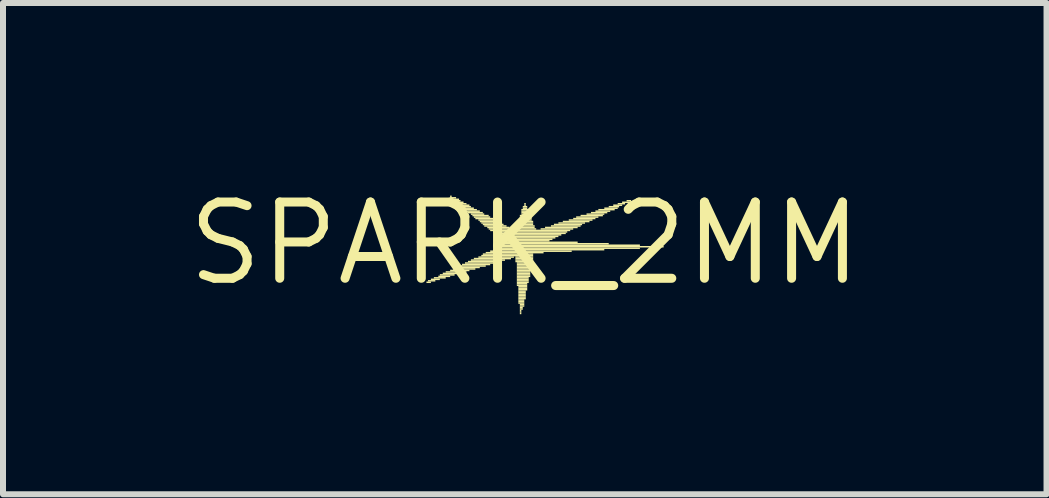
<source format=kicad_pcb>
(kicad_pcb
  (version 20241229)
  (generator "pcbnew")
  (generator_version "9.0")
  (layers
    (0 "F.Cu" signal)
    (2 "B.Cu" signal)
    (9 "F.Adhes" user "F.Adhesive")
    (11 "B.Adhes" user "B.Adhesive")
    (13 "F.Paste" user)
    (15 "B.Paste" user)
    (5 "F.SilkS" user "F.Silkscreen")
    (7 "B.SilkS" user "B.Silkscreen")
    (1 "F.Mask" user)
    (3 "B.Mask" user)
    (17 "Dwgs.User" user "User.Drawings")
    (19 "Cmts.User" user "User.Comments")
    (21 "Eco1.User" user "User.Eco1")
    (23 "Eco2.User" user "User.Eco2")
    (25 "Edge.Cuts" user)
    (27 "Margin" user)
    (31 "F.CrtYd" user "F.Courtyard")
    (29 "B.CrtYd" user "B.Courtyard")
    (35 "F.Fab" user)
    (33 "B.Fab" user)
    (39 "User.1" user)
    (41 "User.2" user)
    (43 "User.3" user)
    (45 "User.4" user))
  (footprint "SPARK_2MM"
    (layer "F.Cu")
    (at 5.692 1.006)
    (property "Reference" "SPARK_2MM" (at 0 0 0) (layer "F.SilkS") (effects (font (size 1.27 1.27) (thickness 0.15))))
    (attr through_hole)
    (fp_poly (pts (xy -1.638 0.659) (xy -1.564 0.659) (xy -1.564 0.634) (xy -1.638 0.634)) (stroke (width 0) (type solid)) (fill yes) (layer "F.SilkS"))
    (fp_poly (pts (xy -1.613 0.634) (xy -1.49 0.634) (xy -1.49 0.61) (xy -1.613 0.61)) (stroke (width 0) (type solid)) (fill yes) (layer "F.SilkS"))
    (fp_poly (pts (xy -1.564 0.61) (xy -1.415 0.61) (xy -1.415 0.585) (xy -1.564 0.585)) (stroke (width 0) (type solid)) (fill yes) (layer "F.SilkS"))
    (fp_poly (pts (xy -1.514 0.585) (xy -1.317 0.585) (xy -1.317 0.56) (xy -1.514 0.56)) (stroke (width 0) (type solid)) (fill yes) (layer "F.SilkS"))
    (fp_poly (pts (xy -1.44 0.56) (xy -1.243 0.56) (xy -1.243 0.536) (xy -1.44 0.536)) (stroke (width 0) (type solid)) (fill yes) (layer "F.SilkS"))
    (fp_poly (pts (xy -1.415 0.536) (xy -1.169 0.536) (xy -1.169 0.511) (xy -1.415 0.511)) (stroke (width 0) (type solid)) (fill yes) (layer "F.SilkS"))
    (fp_poly (pts (xy -1.366 0.511) (xy -1.094 0.511) (xy -1.094 0.486) (xy -1.366 0.486)) (stroke (width 0) (type solid)) (fill yes) (layer "F.SilkS"))
    (fp_poly (pts (xy -1.317 0.486) (xy -0.971 0.486) (xy -0.971 0.462) (xy -1.317 0.462)) (stroke (width 0) (type solid)) (fill yes) (layer "F.SilkS"))
    (fp_poly (pts (xy -1.243 -0.773) (xy -1.218 -0.773) (xy -1.218 -0.798) (xy -1.243 -0.798)) (stroke (width 0) (type solid)) (fill yes) (layer "F.SilkS"))
    (fp_poly (pts (xy -1.243 -0.748) (xy -1.144 -0.748) (xy -1.144 -0.773) (xy -1.243 -0.773)) (stroke (width 0) (type solid)) (fill yes) (layer "F.SilkS"))
    (fp_poly (pts (xy -1.243 0.462) (xy -0.922 0.462) (xy -0.922 0.437) (xy -1.243 0.437)) (stroke (width 0) (type solid)) (fill yes) (layer "F.SilkS"))
    (fp_poly (pts (xy -1.193 -0.724) (xy -1.094 -0.724) (xy -1.094 -0.748) (xy -1.193 -0.748)) (stroke (width 0) (type solid)) (fill yes) (layer "F.SilkS"))
    (fp_poly (pts (xy -1.193 0.437) (xy -0.823 0.437) (xy -0.823 0.412) (xy -1.193 0.412)) (stroke (width 0) (type solid)) (fill yes) (layer "F.SilkS"))
    (fp_poly (pts (xy -1.169 -0.699) (xy -1.07 -0.699) (xy -1.07 -0.724) (xy -1.169 -0.724)) (stroke (width 0) (type solid)) (fill yes) (layer "F.SilkS"))
    (fp_poly (pts (xy -1.169 0.412) (xy -0.749 0.412) (xy -0.749 0.388) (xy -1.169 0.388)) (stroke (width 0) (type solid)) (fill yes) (layer "F.SilkS"))
    (fp_poly (pts (xy -1.144 -0.674) (xy -1.02 -0.674) (xy -1.02 -0.699) (xy -1.144 -0.699)) (stroke (width 0) (type solid)) (fill yes) (layer "F.SilkS"))
    (fp_poly (pts (xy -1.119 0.388) (xy -0.65 0.388) (xy -0.65 0.363) (xy -1.119 0.363)) (stroke (width 0) (type solid)) (fill yes) (layer "F.SilkS"))
    (fp_poly (pts (xy -1.094 -0.65) (xy -0.971 -0.65) (xy -0.971 -0.674) (xy -1.094 -0.674)) (stroke (width 0) (type solid)) (fill yes) (layer "F.SilkS"))
    (fp_poly (pts (xy -1.094 -0.625) (xy -0.922 -0.625) (xy -0.922 -0.65) (xy -1.094 -0.65)) (stroke (width 0) (type solid)) (fill yes) (layer "F.SilkS"))
    (fp_poly (pts (xy -1.07 -0.6) (xy -0.897 -0.6) (xy -0.897 -0.625) (xy -1.07 -0.625)) (stroke (width 0) (type solid)) (fill yes) (layer "F.SilkS"))
    (fp_poly (pts (xy -1.045 0.363) (xy -0.576 0.363) (xy -0.576 0.338) (xy -1.045 0.338)) (stroke (width 0) (type solid)) (fill yes) (layer "F.SilkS"))
    (fp_poly (pts (xy -1.02 -0.575) (xy -0.848 -0.575) (xy -0.848 -0.6) (xy -1.02 -0.6)) (stroke (width 0) (type solid)) (fill yes) (layer "F.SilkS"))
    (fp_poly (pts (xy -0.996 -0.551) (xy -0.798 -0.551) (xy -0.798 -0.575) (xy -0.996 -0.575)) (stroke (width 0) (type solid)) (fill yes) (layer "F.SilkS"))
    (fp_poly (pts (xy -0.996 0.338) (xy -0.502 0.338) (xy -0.502 0.313) (xy -0.996 0.313)) (stroke (width 0) (type solid)) (fill yes) (layer "F.SilkS"))
    (fp_poly (pts (xy -0.971 -0.526) (xy -0.749 -0.526) (xy -0.749 -0.551) (xy -0.971 -0.551)) (stroke (width 0) (type solid)) (fill yes) (layer "F.SilkS"))
    (fp_poly (pts (xy -0.946 -0.501) (xy -0.699 -0.501) (xy -0.699 -0.526) (xy -0.946 -0.526)) (stroke (width 0) (type solid)) (fill yes) (layer "F.SilkS"))
    (fp_poly (pts (xy -0.946 0.313) (xy -0.428 0.313) (xy -0.428 0.289) (xy -0.946 0.289)) (stroke (width 0) (type solid)) (fill yes) (layer "F.SilkS"))
    (fp_poly (pts (xy -0.897 -0.477) (xy -0.675 -0.477) (xy -0.675 -0.501) (xy -0.897 -0.501)) (stroke (width 0) (type solid)) (fill yes) (layer "F.SilkS"))
    (fp_poly (pts (xy -0.897 0.289) (xy -0.329 0.289) (xy -0.329 0.264) (xy -0.897 0.264)) (stroke (width 0) (type solid)) (fill yes) (layer "F.SilkS"))
    (fp_poly (pts (xy -0.872 -0.452) (xy -0.601 -0.452) (xy -0.601 -0.477) (xy -0.872 -0.477)) (stroke (width 0) (type solid)) (fill yes) (layer "F.SilkS"))
    (fp_poly (pts (xy -0.848 -0.427) (xy -0.576 -0.427) (xy -0.576 -0.452) (xy -0.848 -0.452)) (stroke (width 0) (type solid)) (fill yes) (layer "F.SilkS"))
    (fp_poly (pts (xy -0.848 0.264) (xy -0.23 0.264) (xy -0.23 0.239) (xy -0.848 0.239)) (stroke (width 0) (type solid)) (fill yes) (layer "F.SilkS"))
    (fp_poly (pts (xy -0.823 -0.403) (xy -0.526 -0.403) (xy -0.526 -0.427) (xy -0.823 -0.427)) (stroke (width 0) (type solid)) (fill yes) (layer "F.SilkS"))
    (fp_poly (pts (xy -0.773 -0.378) (xy -0.477 -0.378) (xy -0.477 -0.403) (xy -0.773 -0.403)) (stroke (width 0) (type solid)) (fill yes) (layer "F.SilkS"))
    (fp_poly (pts (xy -0.773 0.239) (xy -0.181 0.239) (xy -0.181 0.215) (xy -0.773 0.215)) (stroke (width 0) (type solid)) (fill yes) (layer "F.SilkS"))
    (fp_poly (pts (xy -0.749 -0.353) (xy -0.428 -0.353) (xy -0.428 -0.378) (xy -0.749 -0.378)) (stroke (width 0) (type solid)) (fill yes) (layer "F.SilkS"))
    (fp_poly (pts (xy -0.724 -0.329) (xy -0.378 -0.329) (xy -0.378 -0.353) (xy -0.724 -0.353)) (stroke (width 0) (type solid)) (fill yes) (layer "F.SilkS"))
    (fp_poly (pts (xy -0.724 0.215) (xy 0.14 0.215) (xy 0.14 0.19) (xy -0.724 0.19)) (stroke (width 0) (type solid)) (fill yes) (layer "F.SilkS"))
    (fp_poly (pts (xy -0.699 -0.304) (xy -0.354 -0.304) (xy -0.354 -0.329) (xy -0.699 -0.329)) (stroke (width 0) (type solid)) (fill yes) (layer "F.SilkS"))
    (fp_poly (pts (xy -0.699 0.19) (xy 0.14 0.19) (xy 0.14 0.165) (xy -0.699 0.165)) (stroke (width 0) (type solid)) (fill yes) (layer "F.SilkS"))
    (fp_poly (pts (xy -0.675 -0.279) (xy -0.304 -0.279) (xy -0.304 -0.304) (xy -0.675 -0.304)) (stroke (width 0) (type solid)) (fill yes) (layer "F.SilkS"))
    (fp_poly (pts (xy -0.65 0.165) (xy 0.313 0.165) (xy 0.313 0.141) (xy -0.65 0.141)) (stroke (width 0) (type solid)) (fill yes) (layer "F.SilkS"))
    (fp_poly (pts (xy -0.625 -0.254) (xy -0.255 -0.254) (xy -0.255 -0.279) (xy -0.625 -0.279)) (stroke (width 0) (type solid)) (fill yes) (layer "F.SilkS"))
    (fp_poly (pts (xy -0.601 -0.23) (xy -0.206 -0.23) (xy -0.206 -0.254) (xy -0.601 -0.254)) (stroke (width 0) (type solid)) (fill yes) (layer "F.SilkS"))
    (fp_poly (pts (xy -0.576 -0.205) (xy -0.181 -0.205) (xy -0.181 -0.23) (xy -0.576 -0.23)) (stroke (width 0) (type solid)) (fill yes) (layer "F.SilkS"))
    (fp_poly (pts (xy -0.576 0.141) (xy 0.782 0.141) (xy 0.782 0.116) (xy -0.576 0.116)) (stroke (width 0) (type solid)) (fill yes) (layer "F.SilkS"))
    (fp_poly (pts (xy -0.526 -0.18) (xy 0.708 -0.18) (xy 0.708 -0.205) (xy -0.526 -0.205)) (stroke (width 0) (type solid)) (fill yes) (layer "F.SilkS"))
    (fp_poly (pts (xy -0.526 0.116) (xy 1.325 0.116) (xy 1.325 0.091) (xy -0.526 0.091)) (stroke (width 0) (type solid)) (fill yes) (layer "F.SilkS"))
    (fp_poly (pts (xy -0.502 -0.156) (xy 0.683 -0.156) (xy 0.683 -0.18) (xy -0.502 -0.18)) (stroke (width 0) (type solid)) (fill yes) (layer "F.SilkS"))
    (fp_poly (pts (xy -0.502 -0.131) (xy 0.609 -0.131) (xy 0.609 -0.156) (xy -0.502 -0.156)) (stroke (width 0) (type solid)) (fill yes) (layer "F.SilkS"))
    (fp_poly (pts (xy -0.502 0.091) (xy 1.918 0.091) (xy 1.918 0.067) (xy -0.502 0.067)) (stroke (width 0) (type solid)) (fill yes) (layer "F.SilkS"))
    (fp_poly (pts (xy -0.453 -0.106) (xy 0.56 -0.106) (xy 0.56 -0.131) (xy -0.453 -0.131)) (stroke (width 0) (type solid)) (fill yes) (layer "F.SilkS"))
    (fp_poly (pts (xy -0.453 0.067) (xy 2.313 0.067) (xy 2.313 0.042) (xy -0.453 0.042)) (stroke (width 0) (type solid)) (fill yes) (layer "F.SilkS"))
    (fp_poly (pts (xy -0.428 -0.082) (xy 0.51 -0.082) (xy 0.51 -0.106) (xy -0.428 -0.106)) (stroke (width 0) (type solid)) (fill yes) (layer "F.SilkS"))
    (fp_poly (pts (xy -0.378 -0.057) (xy 0.461 -0.057) (xy 0.461 -0.082) (xy -0.378 -0.082)) (stroke (width 0) (type solid)) (fill yes) (layer "F.SilkS"))
    (fp_poly (pts (xy -0.378 -0.032) (xy 0.412 -0.032) (xy 0.412 -0.057) (xy -0.378 -0.057)) (stroke (width 0) (type solid)) (fill yes) (layer "F.SilkS"))
    (fp_poly (pts (xy -0.378 0.042) (xy 1.918 0.042) (xy 1.918 0.017) (xy -0.378 0.017)) (stroke (width 0) (type solid)) (fill yes) (layer "F.SilkS"))
    (fp_poly (pts (xy -0.329 -0.008) (xy 0.881 -0.008) (xy 0.881 -0.032) (xy -0.329 -0.032)) (stroke (width 0) (type solid)) (fill yes) (layer "F.SilkS"))
    (fp_poly (pts (xy -0.329 0.017) (xy 1.399 0.017) (xy 1.399 -0.008) (xy -0.329 -0.008)) (stroke (width 0) (type solid)) (fill yes) (layer "F.SilkS"))
    (fp_poly (pts (xy -0.156 -0.205) (xy 0.757 -0.205) (xy 0.757 -0.23) (xy -0.156 -0.23)) (stroke (width 0) (type solid)) (fill yes) (layer "F.SilkS"))
    (fp_poly (pts (xy -0.156 0.239) (xy 0.14 0.239) (xy 0.14 0.215) (xy -0.156 0.215)) (stroke (width 0) (type solid)) (fill yes) (layer "F.SilkS"))
    (fp_poly (pts (xy -0.156 0.264) (xy 0.14 0.264) (xy 0.14 0.239) (xy -0.156 0.239)) (stroke (width 0) (type solid)) (fill yes) (layer "F.SilkS"))
    (fp_poly (pts (xy -0.156 0.289) (xy 0.14 0.289) (xy 0.14 0.264) (xy -0.156 0.264)) (stroke (width 0) (type solid)) (fill yes) (layer "F.SilkS"))
    (fp_poly (pts (xy -0.156 0.313) (xy 0.14 0.313) (xy 0.14 0.289) (xy -0.156 0.289)) (stroke (width 0) (type solid)) (fill yes) (layer "F.SilkS"))
    (fp_poly (pts (xy -0.132 -0.329) (xy 0.14 -0.329) (xy 0.14 -0.353) (xy -0.132 -0.353)) (stroke (width 0) (type solid)) (fill yes) (layer "F.SilkS"))
    (fp_poly (pts (xy -0.132 -0.304) (xy 0.14 -0.304) (xy 0.14 -0.329) (xy -0.132 -0.329)) (stroke (width 0) (type solid)) (fill yes) (layer "F.SilkS"))
    (fp_poly (pts (xy -0.132 -0.279) (xy 0.165 -0.279) (xy 0.165 -0.304) (xy -0.132 -0.304)) (stroke (width 0) (type solid)) (fill yes) (layer "F.SilkS"))
    (fp_poly (pts (xy -0.132 -0.254) (xy 0.165 -0.254) (xy 0.165 -0.279) (xy -0.132 -0.279)) (stroke (width 0) (type solid)) (fill yes) (layer "F.SilkS"))
    (fp_poly (pts (xy -0.132 -0.23) (xy 0.19 -0.23) (xy 0.19 -0.254) (xy -0.132 -0.254)) (stroke (width 0) (type solid)) (fill yes) (layer "F.SilkS"))
    (fp_poly (pts (xy -0.132 0.338) (xy 0.14 0.338) (xy 0.14 0.313) (xy -0.132 0.313)) (stroke (width 0) (type solid)) (fill yes) (layer "F.SilkS"))
    (fp_poly (pts (xy -0.132 0.363) (xy 0.115 0.363) (xy 0.115 0.338) (xy -0.132 0.338)) (stroke (width 0) (type solid)) (fill yes) (layer "F.SilkS"))
    (fp_poly (pts (xy -0.132 0.388) (xy 0.115 0.388) (xy 0.115 0.363) (xy -0.132 0.363)) (stroke (width 0) (type solid)) (fill yes) (layer "F.SilkS"))
    (fp_poly (pts (xy -0.132 0.412) (xy 0.115 0.412) (xy 0.115 0.388) (xy -0.132 0.388)) (stroke (width 0) (type solid)) (fill yes) (layer "F.SilkS"))
    (fp_poly (pts (xy -0.132 0.437) (xy 0.115 0.437) (xy 0.115 0.412) (xy -0.132 0.412)) (stroke (width 0) (type solid)) (fill yes) (layer "F.SilkS"))
    (fp_poly (pts (xy -0.132 0.462) (xy 0.091 0.462) (xy 0.091 0.437) (xy -0.132 0.437)) (stroke (width 0) (type solid)) (fill yes) (layer "F.SilkS"))
    (fp_poly (pts (xy -0.132 0.486) (xy 0.091 0.486) (xy 0.091 0.462) (xy -0.132 0.462)) (stroke (width 0) (type solid)) (fill yes) (layer "F.SilkS"))
    (fp_poly (pts (xy -0.132 0.511) (xy 0.091 0.511) (xy 0.091 0.486) (xy -0.132 0.486)) (stroke (width 0) (type solid)) (fill yes) (layer "F.SilkS"))
    (fp_poly (pts (xy -0.132 0.536) (xy 0.091 0.536) (xy 0.091 0.511) (xy -0.132 0.511)) (stroke (width 0) (type solid)) (fill yes) (layer "F.SilkS"))
    (fp_poly (pts (xy -0.132 0.56) (xy 0.091 0.56) (xy 0.091 0.536) (xy -0.132 0.536)) (stroke (width 0) (type solid)) (fill yes) (layer "F.SilkS"))
    (fp_poly (pts (xy -0.132 0.585) (xy 0.066 0.585) (xy 0.066 0.56) (xy -0.132 0.56)) (stroke (width 0) (type solid)) (fill yes) (layer "F.SilkS"))
    (fp_poly (pts (xy -0.132 0.61) (xy 0.066 0.61) (xy 0.066 0.585) (xy -0.132 0.585)) (stroke (width 0) (type solid)) (fill yes) (layer "F.SilkS"))
    (fp_poly (pts (xy -0.132 0.634) (xy 0.066 0.634) (xy 0.066 0.61) (xy -0.132 0.61)) (stroke (width 0) (type solid)) (fill yes) (layer "F.SilkS"))
    (fp_poly (pts (xy -0.132 0.659) (xy 0.066 0.659) (xy 0.066 0.634) (xy -0.132 0.634)) (stroke (width 0) (type solid)) (fill yes) (layer "F.SilkS"))
    (fp_poly (pts (xy -0.132 0.684) (xy 0.041 0.684) (xy 0.041 0.659) (xy -0.132 0.659)) (stroke (width 0) (type solid)) (fill yes) (layer "F.SilkS"))
    (fp_poly (pts (xy -0.132 0.709) (xy 0.041 0.709) (xy 0.041 0.684) (xy -0.132 0.684)) (stroke (width 0) (type solid)) (fill yes) (layer "F.SilkS"))
    (fp_poly (pts (xy -0.107 -0.378) (xy 0.115 -0.378) (xy 0.115 -0.403) (xy -0.107 -0.403)) (stroke (width 0) (type solid)) (fill yes) (layer "F.SilkS"))
    (fp_poly (pts (xy -0.107 -0.353) (xy 0.14 -0.353) (xy 0.14 -0.378) (xy -0.107 -0.378)) (stroke (width 0) (type solid)) (fill yes) (layer "F.SilkS"))
    (fp_poly (pts (xy -0.107 0.733) (xy 0.041 0.733) (xy 0.041 0.709) (xy -0.107 0.709)) (stroke (width 0) (type solid)) (fill yes) (layer "F.SilkS"))
    (fp_poly (pts (xy -0.107 0.758) (xy 0.041 0.758) (xy 0.041 0.733) (xy -0.107 0.733)) (stroke (width 0) (type solid)) (fill yes) (layer "F.SilkS"))
    (fp_poly (pts (xy -0.107 0.783) (xy 0.041 0.783) (xy 0.041 0.758) (xy -0.107 0.758)) (stroke (width 0) (type solid)) (fill yes) (layer "F.SilkS"))
    (fp_poly (pts (xy -0.107 0.807) (xy 0.017 0.807) (xy 0.017 0.783) (xy -0.107 0.783)) (stroke (width 0) (type solid)) (fill yes) (layer "F.SilkS"))
    (fp_poly (pts (xy -0.107 0.832) (xy 0.017 0.832) (xy 0.017 0.807) (xy -0.107 0.807)) (stroke (width 0) (type solid)) (fill yes) (layer "F.SilkS"))
    (fp_poly (pts (xy -0.107 0.857) (xy 0.017 0.857) (xy 0.017 0.832) (xy -0.107 0.832)) (stroke (width 0) (type solid)) (fill yes) (layer "F.SilkS"))
    (fp_poly (pts (xy -0.107 0.881) (xy 0.017 0.881) (xy 0.017 0.857) (xy -0.107 0.857)) (stroke (width 0) (type solid)) (fill yes) (layer "F.SilkS"))
    (fp_poly (pts (xy -0.107 0.906) (xy 0.017 0.906) (xy 0.017 0.881) (xy -0.107 0.881)) (stroke (width 0) (type solid)) (fill yes) (layer "F.SilkS"))
    (fp_poly (pts (xy -0.107 0.931) (xy 0.017 0.931) (xy 0.017 0.906) (xy -0.107 0.906)) (stroke (width 0) (type solid)) (fill yes) (layer "F.SilkS"))
    (fp_poly (pts (xy -0.107 0.955) (xy -0.008 0.955) (xy -0.008 0.931) (xy -0.107 0.931)) (stroke (width 0) (type solid)) (fill yes) (layer "F.SilkS"))
    (fp_poly (pts (xy -0.107 0.98) (xy -0.008 0.98) (xy -0.008 0.955) (xy -0.107 0.955)) (stroke (width 0) (type solid)) (fill yes) (layer "F.SilkS"))
    (fp_poly (pts (xy -0.107 1.005) (xy -0.008 1.005) (xy -0.008 0.98) (xy -0.107 0.98)) (stroke (width 0) (type solid)) (fill yes) (layer "F.SilkS"))
    (fp_poly (pts (xy -0.082 -0.452) (xy 0.091 -0.452) (xy 0.091 -0.477) (xy -0.082 -0.477)) (stroke (width 0) (type solid)) (fill yes) (layer "F.SilkS"))
    (fp_poly (pts (xy -0.082 -0.427) (xy 0.115 -0.427) (xy 0.115 -0.452) (xy -0.082 -0.452)) (stroke (width 0) (type solid)) (fill yes) (layer "F.SilkS"))
    (fp_poly (pts (xy -0.082 -0.403) (xy 0.115 -0.403) (xy 0.115 -0.427) (xy -0.082 -0.427)) (stroke (width 0) (type solid)) (fill yes) (layer "F.SilkS"))
    (fp_poly (pts (xy -0.082 1.03) (xy -0.008 1.03) (xy -0.008 1.005) (xy -0.082 1.005)) (stroke (width 0) (type solid)) (fill yes) (layer "F.SilkS"))
    (fp_poly (pts (xy -0.082 1.054) (xy -0.008 1.054) (xy -0.008 1.03) (xy -0.082 1.03)) (stroke (width 0) (type solid)) (fill yes) (layer "F.SilkS"))
    (fp_poly (pts (xy -0.082 1.079) (xy -0.033 1.079) (xy -0.033 1.054) (xy -0.082 1.054)) (stroke (width 0) (type solid)) (fill yes) (layer "F.SilkS"))
    (fp_poly (pts (xy -0.082 1.104) (xy -0.033 1.104) (xy -0.033 1.079) (xy -0.082 1.079)) (stroke (width 0) (type solid)) (fill yes) (layer "F.SilkS"))
    (fp_poly (pts (xy -0.082 1.128) (xy -0.057 1.128) (xy -0.057 1.104) (xy -0.082 1.104)) (stroke (width 0) (type solid)) (fill yes) (layer "F.SilkS"))
    (fp_poly (pts (xy -0.082 1.153) (xy -0.057 1.153) (xy -0.057 1.128) (xy -0.082 1.128)) (stroke (width 0) (type solid)) (fill yes) (layer "F.SilkS"))
    (fp_poly (pts (xy -0.082 1.178) (xy -0.057 1.178) (xy -0.057 1.153) (xy -0.082 1.153)) (stroke (width 0) (type solid)) (fill yes) (layer "F.SilkS"))
    (fp_poly (pts (xy -0.057 -0.551) (xy 0.066 -0.551) (xy 0.066 -0.575) (xy -0.057 -0.575)) (stroke (width 0) (type solid)) (fill yes) (layer "F.SilkS"))
    (fp_poly (pts (xy -0.057 -0.526) (xy 0.066 -0.526) (xy 0.066 -0.551) (xy -0.057 -0.551)) (stroke (width 0) (type solid)) (fill yes) (layer "F.SilkS"))
    (fp_poly (pts (xy -0.057 -0.501) (xy 0.066 -0.501) (xy 0.066 -0.526) (xy -0.057 -0.526)) (stroke (width 0) (type solid)) (fill yes) (layer "F.SilkS"))
    (fp_poly (pts (xy -0.057 -0.477) (xy 0.091 -0.477) (xy 0.091 -0.501) (xy -0.057 -0.501)) (stroke (width 0) (type solid)) (fill yes) (layer "F.SilkS"))
    (fp_poly (pts (xy -0.033 -0.6) (xy 0.041 -0.6) (xy 0.041 -0.625) (xy -0.033 -0.625)) (stroke (width 0) (type solid)) (fill yes) (layer "F.SilkS"))
    (fp_poly (pts (xy -0.033 -0.575) (xy 0.041 -0.575) (xy 0.041 -0.6) (xy -0.033 -0.6)) (stroke (width 0) (type solid)) (fill yes) (layer "F.SilkS"))
    (fp_poly (pts (xy -0.008 -0.65) (xy 0.017 -0.65) (xy 0.017 -0.674) (xy -0.008 -0.674)) (stroke (width 0) (type solid)) (fill yes) (layer "F.SilkS"))
    (fp_poly (pts (xy -0.008 -0.625) (xy 0.017 -0.625) (xy 0.017 -0.65) (xy -0.008 -0.65)) (stroke (width 0) (type solid)) (fill yes) (layer "F.SilkS"))
    (fp_poly (pts (xy 0.264 -0.23) (xy 0.807 -0.23) (xy 0.807 -0.254) (xy 0.264 -0.254)) (stroke (width 0) (type solid)) (fill yes) (layer "F.SilkS"))
    (fp_poly (pts (xy 0.338 -0.254) (xy 0.881 -0.254) (xy 0.881 -0.279) (xy 0.338 -0.279)) (stroke (width 0) (type solid)) (fill yes) (layer "F.SilkS"))
    (fp_poly (pts (xy 0.436 -0.279) (xy 0.93 -0.279) (xy 0.93 -0.304) (xy 0.436 -0.304)) (stroke (width 0) (type solid)) (fill yes) (layer "F.SilkS"))
    (fp_poly (pts (xy 0.486 -0.304) (xy 0.955 -0.304) (xy 0.955 -0.329) (xy 0.486 -0.329)) (stroke (width 0) (type solid)) (fill yes) (layer "F.SilkS"))
    (fp_poly (pts (xy 0.56 -0.329) (xy 1.004 -0.329) (xy 1.004 -0.353) (xy 0.56 -0.353)) (stroke (width 0) (type solid)) (fill yes) (layer "F.SilkS"))
    (fp_poly (pts (xy 0.634 -0.353) (xy 1.078 -0.353) (xy 1.078 -0.378) (xy 0.634 -0.378)) (stroke (width 0) (type solid)) (fill yes) (layer "F.SilkS"))
    (fp_poly (pts (xy 0.733 -0.378) (xy 1.128 -0.378) (xy 1.128 -0.403) (xy 0.733 -0.403)) (stroke (width 0) (type solid)) (fill yes) (layer "F.SilkS"))
    (fp_poly (pts (xy 0.807 -0.403) (xy 1.177 -0.403) (xy 1.177 -0.427) (xy 0.807 -0.427)) (stroke (width 0) (type solid)) (fill yes) (layer "F.SilkS"))
    (fp_poly (pts (xy 0.856 -0.427) (xy 1.226 -0.427) (xy 1.226 -0.452) (xy 0.856 -0.452)) (stroke (width 0) (type solid)) (fill yes) (layer "F.SilkS"))
    (fp_poly (pts (xy 0.93 -0.452) (xy 1.301 -0.452) (xy 1.301 -0.477) (xy 0.93 -0.477)) (stroke (width 0) (type solid)) (fill yes) (layer "F.SilkS"))
    (fp_poly (pts (xy 1.029 -0.477) (xy 1.325 -0.477) (xy 1.325 -0.501) (xy 1.029 -0.501)) (stroke (width 0) (type solid)) (fill yes) (layer "F.SilkS"))
    (fp_poly (pts (xy 1.103 -0.501) (xy 1.375 -0.501) (xy 1.375 -0.526) (xy 1.103 -0.526)) (stroke (width 0) (type solid)) (fill yes) (layer "F.SilkS"))
    (fp_poly (pts (xy 1.177 -0.526) (xy 1.424 -0.526) (xy 1.424 -0.551) (xy 1.177 -0.551)) (stroke (width 0) (type solid)) (fill yes) (layer "F.SilkS"))
    (fp_poly (pts (xy 1.226 -0.551) (xy 1.498 -0.551) (xy 1.498 -0.575) (xy 1.226 -0.575)) (stroke (width 0) (type solid)) (fill yes) (layer "F.SilkS"))
    (fp_poly (pts (xy 1.325 -0.575) (xy 1.548 -0.575) (xy 1.548 -0.6) (xy 1.325 -0.6)) (stroke (width 0) (type solid)) (fill yes) (layer "F.SilkS"))
    (fp_poly (pts (xy 1.399 -0.6) (xy 1.572 -0.6) (xy 1.572 -0.625) (xy 1.399 -0.625)) (stroke (width 0) (type solid)) (fill yes) (layer "F.SilkS"))
    (fp_poly (pts (xy 1.474 -0.625) (xy 1.622 -0.625) (xy 1.622 -0.65) (xy 1.474 -0.65)) (stroke (width 0) (type solid)) (fill yes) (layer "F.SilkS"))
    (fp_poly (pts (xy 1.548 -0.65) (xy 1.671 -0.65) (xy 1.671 -0.674) (xy 1.548 -0.674)) (stroke (width 0) (type solid)) (fill yes) (layer "F.SilkS"))
    (fp_poly (pts (xy 1.622 -0.674) (xy 1.745 -0.674) (xy 1.745 -0.699) (xy 1.622 -0.699)) (stroke (width 0) (type solid)) (fill yes) (layer "F.SilkS"))
    (fp_poly (pts (xy 1.696 -0.699) (xy 1.77 -0.699) (xy 1.77 -0.724) (xy 1.696 -0.724)) (stroke (width 0) (type solid)) (fill yes) (layer "F.SilkS")))
  (gr_rect
    (start -3 -3)
    (end 14.384 5.184)
    (stroke (width 0.1) (type default))
    (fill no)
    (layer "Edge.Cuts")))
</source>
